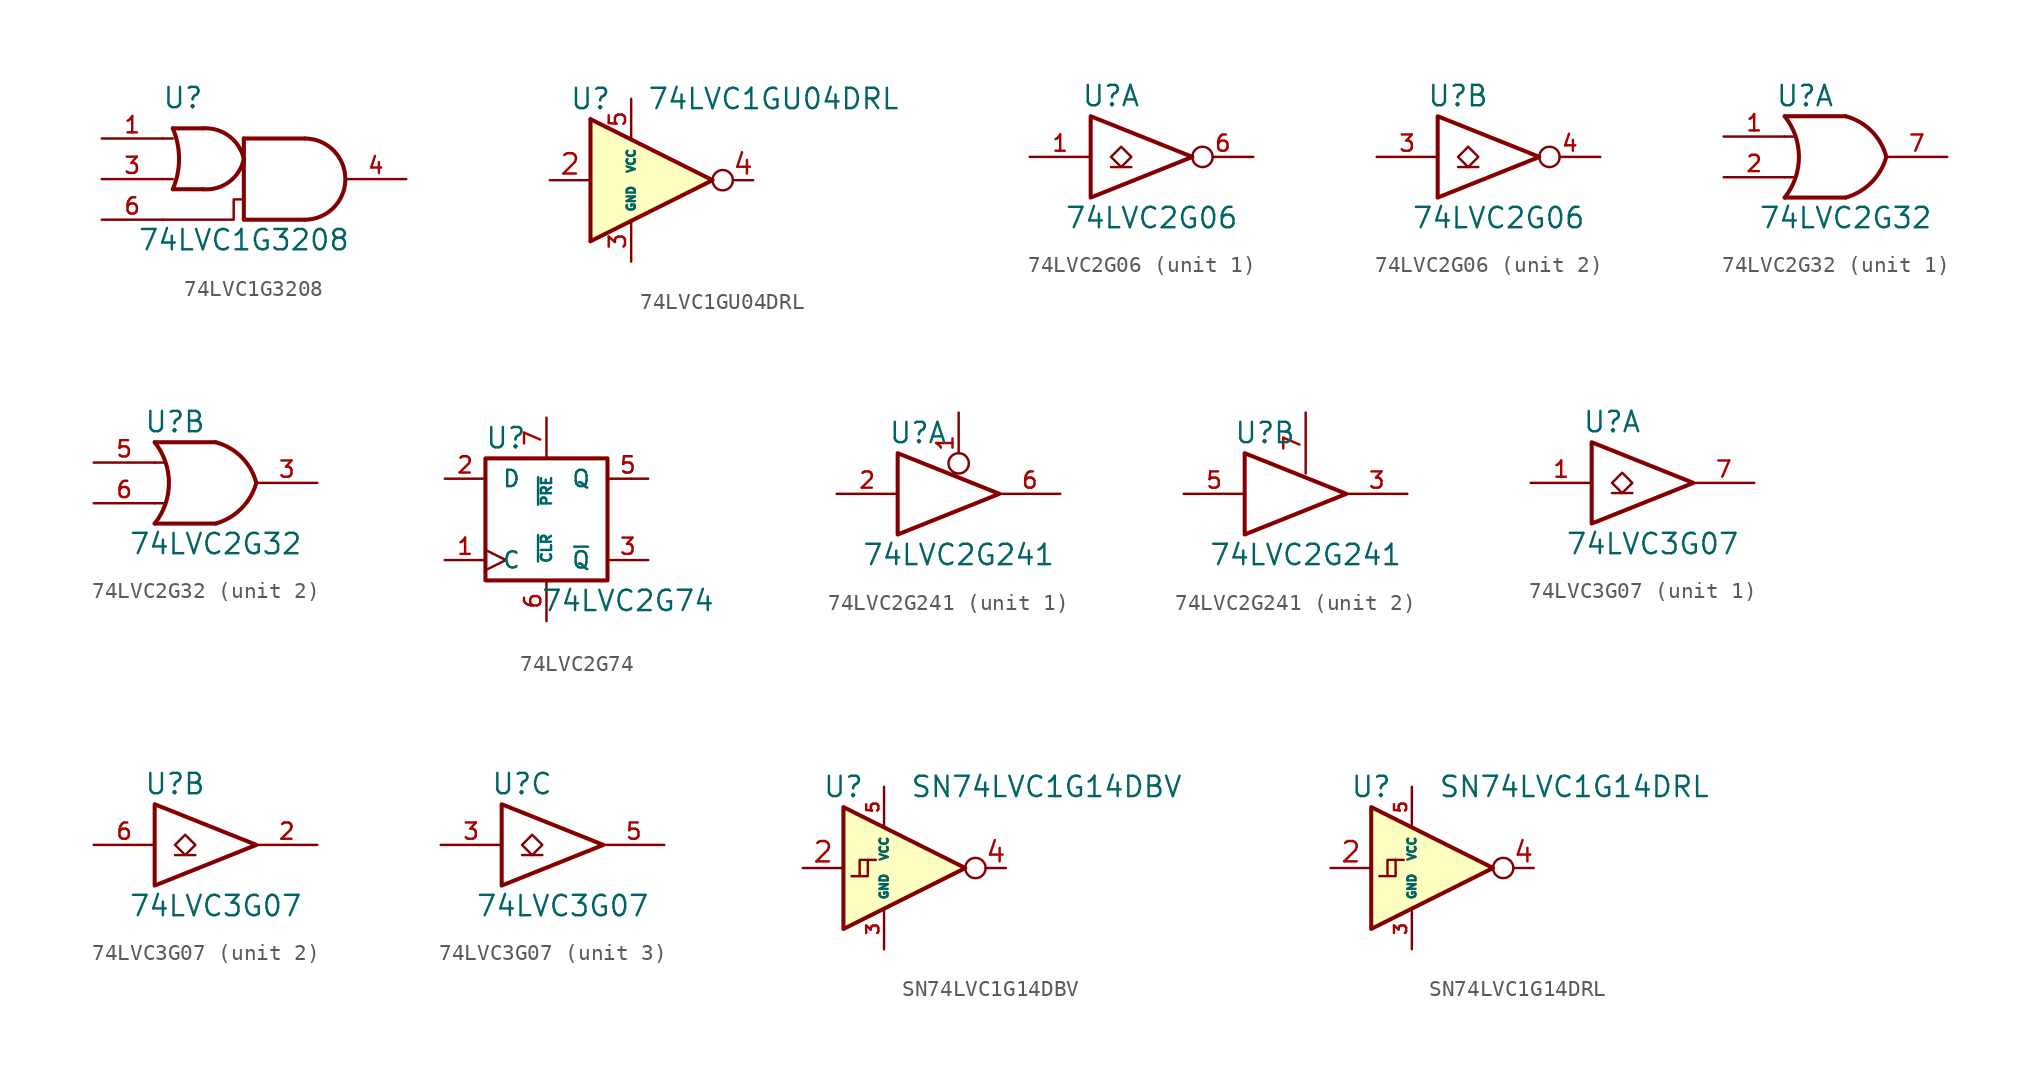
<source format=kicad_sym>
(kicad_symbol_lib
  (version 20211014)
  (generator kicad_symbol_editor)
  (symbol "74LVC1G3208"
    (pin_names
      (offset 1.016))
    (property "Reference" "U"
      (at -3.81 5.08 0)
      (effects (font (size 1.27 1.27))))
    (property "Value" "74LVC1G3208"
      (at 0 -3.81 0)
      (effects (font (size 1.27 1.27))))
    (symbol "74LVC1G3208_0_1"
      (arc (start -4.445 -0.635) (mid -4.054 1.27) (end -4.445 3.175) (stroke (width 0.254) (type default) (color 0 0 0 0)) (fill (type none)))
      (arc (start -2.54 -0.635) (mid -0.9097 -0.1661) (end 0 1.27) (stroke (width 0.254) (type default) (color 0 0 0 0)) (fill (type none)))
      (polyline (pts (xy -5.08 0) (xy -4.445 0)) (stroke (width 0) (type default) (color 0 0 0 0)) (fill (type none)))
      (polyline (pts (xy -5.08 2.54) (xy -4.445 2.54)) (stroke (width 0) (type default) (color 0 0 0 0)) (fill (type none)))
      (polyline (pts (xy -2.54 -0.635) (xy -4.445 -0.635)) (stroke (width 0.254) (type default) (color 0 0 0 0)) (fill (type none)))
      (polyline (pts (xy -2.54 3.175) (xy -4.445 3.175)) (stroke (width 0.254) (type default) (color 0 0 0 0)) (fill (type none)))
      (polyline (pts (xy 0 2.54) (xy 0 -2.54)) (stroke (width 0.254) (type default) (color 0 0 0 0)) (fill (type none)))
      (polyline (pts (xy 3.81 -2.54) (xy 0 -2.54)) (stroke (width 0.254) (type default) (color 0 0 0 0)) (fill (type background)))
      (polyline (pts (xy 3.81 2.54) (xy 0 2.54)) (stroke (width 0.254) (type default) (color 0 0 0 0)) (fill (type background)))
      (polyline (pts (xy 0 -1.27) (xy -0.635 -1.27) (xy -0.635 -1.905) (xy -0.635 -2.54) (xy -5.08 -2.54)) (stroke (width 0) (type default) (color 0 0 0 0)) (fill (type none)))
      (arc (start 0 1.27) (mid -0.9222 2.6892) (end -2.54 3.175) (stroke (width 0.254) (type default) (color 0 0 0 0)) (fill (type none)))
      (arc (start 3.81 -2.54) (mid 6.35 0) (end 3.81 2.54) (stroke (width 0.254) (type default) (color 0 0 0 0)) (fill (type none))))
    (symbol "74LVC1G3208_1_1"
      (pin input line (at -8.89 2.54 0) (length 3.81) (name "~" (effects (font (size 1.016 1.016)))) (number "1" (effects (font (size 1.016 1.016)))))
      (pin power_in line (at 3.81 -2.54 270) (length 0) hide (name "GND" (effects (font (size 1.016 1.016)))) (number "2" (effects (font (size 1.016 1.016)))))
      (pin input line (at -8.89 0 0) (length 3.81) (name "~" (effects (font (size 1.016 1.016)))) (number "3" (effects (font (size 1.016 1.016)))))
      (pin output line (at 10.16 0 180) (length 3.81) (name "~" (effects (font (size 1.016 1.016)))) (number "4" (effects (font (size 1.016 1.016)))))
      (pin power_in line (at 3.81 2.54 90) (length 0) hide (name "VCC" (effects (font (size 1.016 1.016)))) (number "5" (effects (font (size 1.016 1.016)))))
      (pin input line (at -8.89 -2.54 0) (length 3.81) (name "~" (effects (font (size 1.016 1.016)))) (number "6" (effects (font (size 1.016 1.016)))))))
  (symbol "74LVC1GU04DRL"
    (property "Reference" "U"
      (at -2.54 5.08 0)
      (effects (font (size 1.27 1.27))))
    (property "Value" "74LVC1GU04DRL"
      (at 8.89 5.08 0)
      (effects (font (size 1.27 1.27))))
    (symbol "74LVC1GU04DRL_0_1"
      (rectangle (start -2.54 3.81) (end -2.54 -3.81) (stroke (width 0.254) (type default) (color 0 0 0 0)) (fill (type background)))
      (polyline (pts (xy -2.54 -3.81) (xy 5.08 0) (xy -2.54 3.81)) (stroke (width 0.254) (type default) (color 0 0 0 0)) (fill (type background)))
      (circle (center 5.715 0) (radius 0.635) (stroke (width 0) (type default) (color 0 0 0 0)) (fill (type none))))
    (symbol "74LVC1GU04DRL_1_1"
      (pin no_connect line (at 5.08 0 180) (length 2.54) hide (name "NC" (effects (font (size 1.27 1.27)))) (number "1" (effects (font (size 1.27 1.27)))))
      (pin input line (at -5.08 0 0) (length 2.54) (name "~" (effects (font (size 1.27 1.27)))) (number "2" (effects (font (size 1.27 1.27)))))
      (pin power_in line (at 0 -5.08 90) (length 2.54) (name "GND" (effects (font (size 0.508 0.508)))) (number "3" (effects (font (size 1.016 1.016)))))
      (pin output line (at 7.62 0 180) (length 1.27) (name "~" (effects (font (size 1.27 1.27)))) (number "4" (effects (font (size 1.27 1.27)))))
      (pin power_in line (at 0 5.08 270) (length 2.54) (name "VCC" (effects (font (size 0.508 0.508)))) (number "5" (effects (font (size 1.016 1.016)))))))
  (symbol "74LVC2G06"
    (pin_names
      (offset 1.016))
    (property "Reference" "U"
      (at -2.54 3.81 0)
      (effects (font (size 1.27 1.27))))
    (property "Value" "74LVC2G06"
      (at 0 -3.81 0)
      (effects (font (size 1.27 1.27))))
    (symbol "74LVC2G06_0_1"
      (polyline (pts (xy -2.54 -0.635) (xy -1.27 -0.635)) (stroke (width 0) (type default) (color 0 0 0 0)) (fill (type none)))
      (polyline (pts (xy -3.81 2.54) (xy -3.81 -2.54) (xy 2.54 0) (xy -3.81 2.54)) (stroke (width 0.254) (type default) (color 0 0 0 0)) (fill (type none)))
      (polyline (pts (xy -1.905 0.635) (xy -2.54 0) (xy -1.905 -0.635) (xy -1.27 0) (xy -1.905 0.635)) (stroke (width 0) (type default) (color 0 0 0 0)) (fill (type none)))
      (pin power_in line (at 0 -2.54 270) (length 0) hide (name "GND" (effects (font (size 1.016 1.016)))) (number "2" (effects (font (size 1.016 1.016)))))
      (pin power_in line (at 0 2.54 90) (length 0) hide (name "VCC" (effects (font (size 1.016 1.016)))) (number "5" (effects (font (size 1.016 1.016))))))
    (symbol "74LVC2G06_1_1"
      (pin input line (at -7.62 0 0) (length 3.81) (name "~" (effects (font (size 1.016 1.016)))) (number "1" (effects (font (size 1.016 1.016)))))
      (pin open_collector inverted (at 6.35 0 180) (length 3.81) (name "~" (effects (font (size 1.016 1.016)))) (number "6" (effects (font (size 1.016 1.016))))))
    (symbol "74LVC2G06_2_1"
      (pin input line (at -7.62 0 0) (length 3.81) (name "~" (effects (font (size 1.016 1.016)))) (number "3" (effects (font (size 1.016 1.016)))))
      (pin open_collector inverted (at 6.35 0 180) (length 3.81) (name "~" (effects (font (size 1.016 1.016)))) (number "4" (effects (font (size 1.016 1.016)))))))
  (symbol "74LVC2G32"
    (pin_names
      (offset 1.016))
    (property "Reference" "U"
      (at -2.54 3.81 0)
      (effects (font (size 1.27 1.27))))
    (property "Value" "74LVC2G32"
      (at 0 -3.81 0)
      (effects (font (size 1.27 1.27))))
    (symbol "74LVC2G32_0_1"
      (arc (start -3.81 -2.54) (mid -2.919 0) (end -3.81 2.54) (stroke (width 0.254) (type default) (color 0 0 0 0)) (fill (type none)))
      (arc (start 0 -2.54) (mid 1.5993 -1.6027) (end 2.54 0) (stroke (width 0.254) (type default) (color 0 0 0 0)) (fill (type none)))
      (polyline (pts (xy -3.81 -1.27) (xy -3.175 -1.27)) (stroke (width 0) (type default) (color 0 0 0 0)) (fill (type none)))
      (polyline (pts (xy -3.81 1.27) (xy -3.175 1.27)) (stroke (width 0) (type default) (color 0 0 0 0)) (fill (type none)))
      (polyline (pts (xy 0 -2.54) (xy -3.81 -2.54)) (stroke (width 0.254) (type default) (color 0 0 0 0)) (fill (type background)))
      (polyline (pts (xy 0 2.54) (xy -3.81 2.54)) (stroke (width 0.254) (type default) (color 0 0 0 0)) (fill (type background)))
      (arc (start 2.54 0) (mid 1.6119 1.6152) (end 0 2.54) (stroke (width 0.254) (type default) (color 0 0 0 0)) (fill (type none)))
      (pin power_in line (at 0 -2.54 270) (length 0) hide (name "GND" (effects (font (size 1.016 1.016)))) (number "4" (effects (font (size 1.016 1.016)))))
      (pin power_in line (at 0 2.54 90) (length 0) hide (name "VCC" (effects (font (size 1.016 1.016)))) (number "8" (effects (font (size 1.016 1.016))))))
    (symbol "74LVC2G32_1_1"
      (pin input line (at -7.62 1.27 0) (length 3.81) (name "~" (effects (font (size 1.016 1.016)))) (number "1" (effects (font (size 1.016 1.016)))))
      (pin input line (at -7.62 -1.27 0) (length 3.81) (name "~" (effects (font (size 1.016 1.016)))) (number "2" (effects (font (size 1.016 1.016)))))
      (pin output line (at 6.35 0 180) (length 3.81) (name "~" (effects (font (size 1.016 1.016)))) (number "7" (effects (font (size 1.016 1.016))))))
    (symbol "74LVC2G32_2_1"
      (pin output line (at 6.35 0 180) (length 3.81) (name "~" (effects (font (size 1.016 1.016)))) (number "3" (effects (font (size 1.016 1.016)))))
      (pin input line (at -7.62 1.27 0) (length 3.81) (name "~" (effects (font (size 1.016 1.016)))) (number "5" (effects (font (size 1.016 1.016)))))
      (pin input line (at -7.62 -1.27 0) (length 3.81) (name "~" (effects (font (size 1.016 1.016)))) (number "6" (effects (font (size 1.016 1.016)))))))
  (symbol "74LVC2G74"
    (pin_names
      (offset 1.016))
    (property "Reference" "U"
      (at -2.54 5.08 0)
      (effects (font (size 1.27 1.27))))
    (property "Value" "74LVC2G74"
      (at 5.08 -5.08 0)
      (effects (font (size 1.27 1.27))))
    (symbol "74LVC2G74_0_1"
      (rectangle (start -3.81 3.81) (end 3.81 -3.81) (stroke (width 0.254) (type default) (color 0 0 0 0)) (fill (type none))))
    (symbol "74LVC2G74_1_1"
      (pin input clock (at -6.35 -2.54 0) (length 2.54) (name "C" (effects (font (size 1.016 1.016)))) (number "1" (effects (font (size 1.016 1.016)))))
      (pin input line (at -6.35 2.54 0) (length 2.54) (name "D" (effects (font (size 1.016 1.016)))) (number "2" (effects (font (size 1.016 1.016)))))
      (pin output line (at 6.35 -2.54 180) (length 2.54) (name "~{Q}" (effects (font (size 1.016 1.016)))) (number "3" (effects (font (size 1.016 1.016)))))
      (pin power_in line (at -3.81 -3.81 270) (length 0) hide (name "GND" (effects (font (size 1.016 1.016)))) (number "4" (effects (font (size 1.016 1.016)))))
      (pin output line (at 6.35 2.54 180) (length 2.54) (name "Q" (effects (font (size 1.016 1.016)))) (number "5" (effects (font (size 1.016 1.016)))))
      (pin input line (at 0 -6.35 90) (length 2.54) (name "~{CLR}" (effects (font (size 0.635 0.635)))) (number "6" (effects (font (size 1.016 1.016)))))
      (pin input line (at 0 6.35 270) (length 2.54) (name "~{PRE}" (effects (font (size 0.635 0.635)))) (number "7" (effects (font (size 1.016 1.016)))))
      (pin power_in line (at -3.81 3.81 90) (length 0) hide (name "VCC" (effects (font (size 1.016 1.016)))) (number "8" (effects (font (size 1.016 1.016)))))))
  (symbol "74LVC2G241"
    (pin_names
      (offset 1.016))
    (property "Reference" "U"
      (at -2.54 3.81 0)
      (effects (font (size 1.27 1.27))))
    (property "Value" "74LVC2G241"
      (at 0 -3.81 0)
      (effects (font (size 1.27 1.27))))
    (symbol "74LVC2G241_0_1"
      (polyline (pts (xy -3.81 2.54) (xy -3.81 -2.54) (xy 2.54 0) (xy -3.81 2.54)) (stroke (width 0.254) (type default) (color 0 0 0 0)) (fill (type none)))
      (pin power_in line (at 1.27 -1.27 270) (length 0) hide (name "GND" (effects (font (size 1.016 1.016)))) (number "4" (effects (font (size 1.016 1.016)))))
      (pin power_in line (at 1.27 1.27 90) (length 0) hide (name "VCC" (effects (font (size 1.016 1.016)))) (number "8" (effects (font (size 1.016 1.016))))))
    (symbol "74LVC2G241_1_1"
      (pin input inverted (at 0 5.08 270) (length 3.81) (name "~" (effects (font (size 1.016 1.016)))) (number "1" (effects (font (size 1.016 1.016)))))
      (pin input line (at -7.62 0 0) (length 3.81) (name "~" (effects (font (size 1.016 1.016)))) (number "2" (effects (font (size 1.016 1.016)))))
      (pin tri_state line (at 6.35 0 180) (length 3.81) (name "~" (effects (font (size 1.016 1.016)))) (number "6" (effects (font (size 1.016 1.016))))))
    (symbol "74LVC2G241_2_1"
      (pin tri_state line (at 6.35 0 180) (length 3.81) (name "~" (effects (font (size 1.016 1.016)))) (number "3" (effects (font (size 1.016 1.016)))))
      (pin input line (at -7.62 0 0) (length 3.81) (name "~" (effects (font (size 1.016 1.016)))) (number "5" (effects (font (size 1.016 1.016)))))
      (pin input line (at 0 5.08 270) (length 3.81) (name "~" (effects (font (size 1.016 1.016)))) (number "7" (effects (font (size 1.016 1.016)))))))
  (symbol "74LVC3G07"
    (pin_names
      (offset 1.016))
    (property "Reference" "U"
      (at -2.54 3.81 0)
      (effects (font (size 1.27 1.27))))
    (property "Value" "74LVC3G07"
      (at 0 -3.81 0)
      (effects (font (size 1.27 1.27))))
    (symbol "74LVC3G07_0_1"
      (polyline (pts (xy -2.54 -0.635) (xy -1.27 -0.635)) (stroke (width 0) (type default) (color 0 0 0 0)) (fill (type none)))
      (polyline (pts (xy -3.81 2.54) (xy -3.81 -2.54) (xy 2.54 0) (xy -3.81 2.54)) (stroke (width 0.254) (type default) (color 0 0 0 0)) (fill (type none)))
      (polyline (pts (xy -1.905 0.635) (xy -2.54 0) (xy -1.905 -0.635) (xy -1.27 0) (xy -1.905 0.635)) (stroke (width 0) (type default) (color 0 0 0 0)) (fill (type none)))
      (pin power_in line (at 0 -2.54 270) (length 0) hide (name "GND" (effects (font (size 1.016 1.016)))) (number "4" (effects (font (size 1.016 1.016)))))
      (pin power_in line (at 0 2.54 90) (length 0) hide (name "VCC" (effects (font (size 1.016 1.016)))) (number "8" (effects (font (size 1.016 1.016))))))
    (symbol "74LVC3G07_1_1"
      (pin input line (at -7.62 0 0) (length 3.81) (name "~" (effects (font (size 1.016 1.016)))) (number "1" (effects (font (size 1.016 1.016)))))
      (pin open_collector line (at 6.35 0 180) (length 3.81) (name "~" (effects (font (size 1.016 1.016)))) (number "7" (effects (font (size 1.016 1.016))))))
    (symbol "74LVC3G07_2_1"
      (pin open_collector line (at 6.35 0 180) (length 3.81) (name "~" (effects (font (size 1.016 1.016)))) (number "2" (effects (font (size 1.016 1.016)))))
      (pin input line (at -7.62 0 0) (length 3.81) (name "~" (effects (font (size 1.016 1.016)))) (number "6" (effects (font (size 1.016 1.016))))))
    (symbol "74LVC3G07_3_1"
      (pin input line (at -7.62 0 0) (length 3.81) (name "~" (effects (font (size 1.016 1.016)))) (number "3" (effects (font (size 1.016 1.016)))))
      (pin open_collector line (at 6.35 0 180) (length 3.81) (name "~" (effects (font (size 1.016 1.016)))) (number "5" (effects (font (size 1.016 1.016)))))))
  (symbol "SN74LVC1G14DBV"
    (property "Reference" "U"
      (at -2.54 5.08 0)
      (effects (font (size 1.27 1.27))))
    (property "Value" "SN74LVC1G14DBV"
      (at 10.16 5.08 0)
      (effects (font (size 1.27 1.27))))
    (symbol "SN74LVC1G14DBV_0_1"
      (polyline (pts (xy -1.016 0.508) (xy -0.508 0.508)) (stroke (width 0) (type default) (color 0 0 0 0)) (fill (type none)))
      (polyline (pts (xy -2.54 3.81) (xy -2.54 -3.81) (xy 5.08 0) (xy -2.54 3.81)) (stroke (width 0.254) (type default) (color 0 0 0 0)) (fill (type background)))
      (polyline (pts (xy -1.524 -0.508) (xy -1.524 0.508) (xy -1.016 0.508) (xy -1.016 -0.508) (xy -2.032 -0.508)) (stroke (width 0) (type default) (color 0 0 0 0)) (fill (type none)))
      (circle (center 5.715 0) (radius 0.635) (stroke (width 0) (type default) (color 0 0 0 0)) (fill (type none))))
    (symbol "SN74LVC1G14DBV_1_1"
      (pin no_connect line (at 5.08 0 180) (length 2.54) hide (name "NC" (effects (font (size 1.27 1.27)))) (number "1" (effects (font (size 1.27 1.27)))))
      (pin input line (at -5.08 0 0) (length 2.54) (name "~" (effects (font (size 1.27 1.27)))) (number "2" (effects (font (size 1.27 1.27)))))
      (pin power_in line (at 0 -5.08 90) (length 2.54) (name "GND" (effects (font (size 0.508 0.508)))) (number "3" (effects (font (size 0.762 0.762)))))
      (pin output line (at 7.62 0 180) (length 1.27) (name "~" (effects (font (size 1.27 1.27)))) (number "4" (effects (font (size 1.27 1.27)))))
      (pin power_in line (at 0 5.08 270) (length 2.54) (name "VCC" (effects (font (size 0.508 0.508)))) (number "5" (effects (font (size 0.762 0.762)))))))
  (symbol "SN74LVC1G14DRL"
    (property "Reference" "U"
      (at -2.54 5.08 0)
      (effects (font (size 1.27 1.27))))
    (property "Value" "SN74LVC1G14DRL"
      (at 10.16 5.08 0)
      (effects (font (size 1.27 1.27))))
    (symbol "SN74LVC1G14DRL_0_1"
      (polyline (pts (xy -1.016 0.508) (xy -0.508 0.508)) (stroke (width 0) (type default) (color 0 0 0 0)) (fill (type none)))
      (polyline (pts (xy -2.54 3.81) (xy -2.54 -3.81) (xy 5.08 0) (xy -2.54 3.81)) (stroke (width 0.254) (type default) (color 0 0 0 0)) (fill (type background)))
      (polyline (pts (xy -1.524 -0.508) (xy -1.524 0.508) (xy -1.016 0.508) (xy -1.016 -0.508) (xy -2.032 -0.508)) (stroke (width 0) (type default) (color 0 0 0 0)) (fill (type none)))
      (circle (center 5.715 0) (radius 0.635) (stroke (width 0) (type default) (color 0 0 0 0)) (fill (type none))))
    (symbol "SN74LVC1G14DRL_1_1"
      (pin no_connect line (at 5.08 0 180) (length 2.54) hide (name "NC" (effects (font (size 1.27 1.27)))) (number "1" (effects (font (size 1.27 1.27)))))
      (pin input line (at -5.08 0 0) (length 2.54) (name "~" (effects (font (size 1.27 1.27)))) (number "2" (effects (font (size 1.27 1.27)))))
      (pin power_in line (at 0 -5.08 90) (length 2.54) (name "GND" (effects (font (size 0.508 0.508)))) (number "3" (effects (font (size 0.762 0.762)))))
      (pin output line (at 7.62 0 180) (length 1.27) (name "~" (effects (font (size 1.27 1.27)))) (number "4" (effects (font (size 1.27 1.27)))))
      (pin power_in line (at 0 5.08 270) (length 2.54) (name "VCC" (effects (font (size 0.508 0.508)))) (number "5" (effects (font (size 0.762 0.762))))))))
</source>
